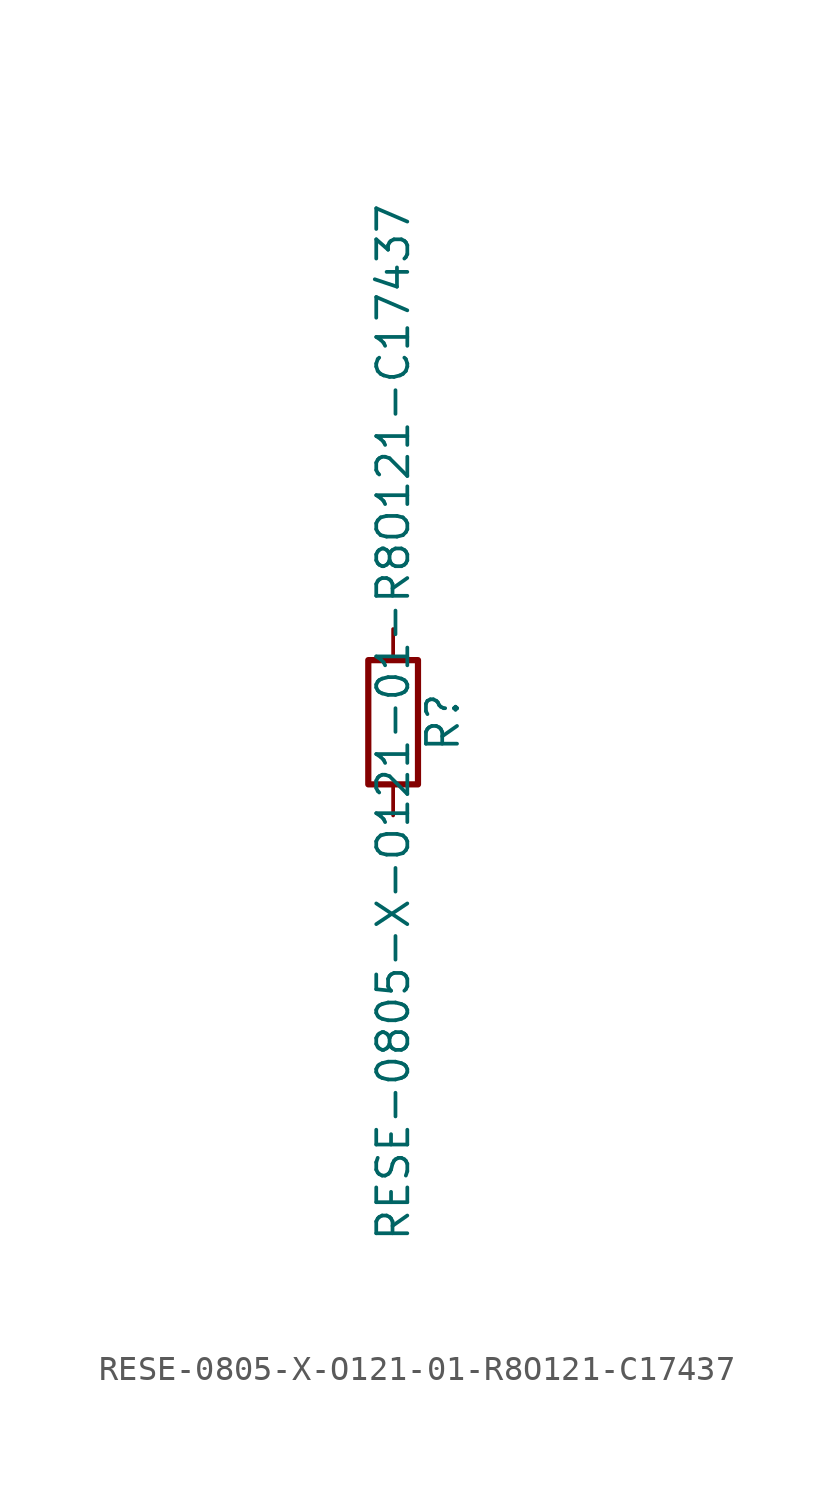
<source format=kicad_sym>
(kicad_symbol_lib
  (version 20211014)
  (generator kicad_symbol_editor)
  (symbol "RESE-0805-X-O121-01-R8O121-C17437"
    (pin_numbers hide)
    (pin_names
      (offset 0))
    (property "Reference" "R"
      (at 2.032 0 90)
      (effects (font (size 1.27 1.27))))
    (property "Value" "RESE-0805-X-O121-01-R8O121-C17437"
      (at 0 0 90)
      (effects (font (size 1.27 1.27))))
    (symbol "RESE-0805-X-O121-01-R8O121-C17437_0_1"
      (rectangle (start -1.016 -2.54) (end 1.016 2.54) (stroke (width 0.254) (type default) (color 0 0 0 0)) (fill (type none))))
    (symbol "RESE-0805-X-O121-01-R8O121-C17437_1_1"
      (pin passive line (at 0 3.81 270) (length 1.27) (name "~" (effects (font (size 1.27 1.27)))) (number "1" (effects (font (size 1.27 1.27)))))
      (pin passive line (at 0 -3.81 90) (length 1.27) (name "~" (effects (font (size 1.27 1.27)))) (number "2" (effects (font (size 1.27 1.27))))))))
</source>
